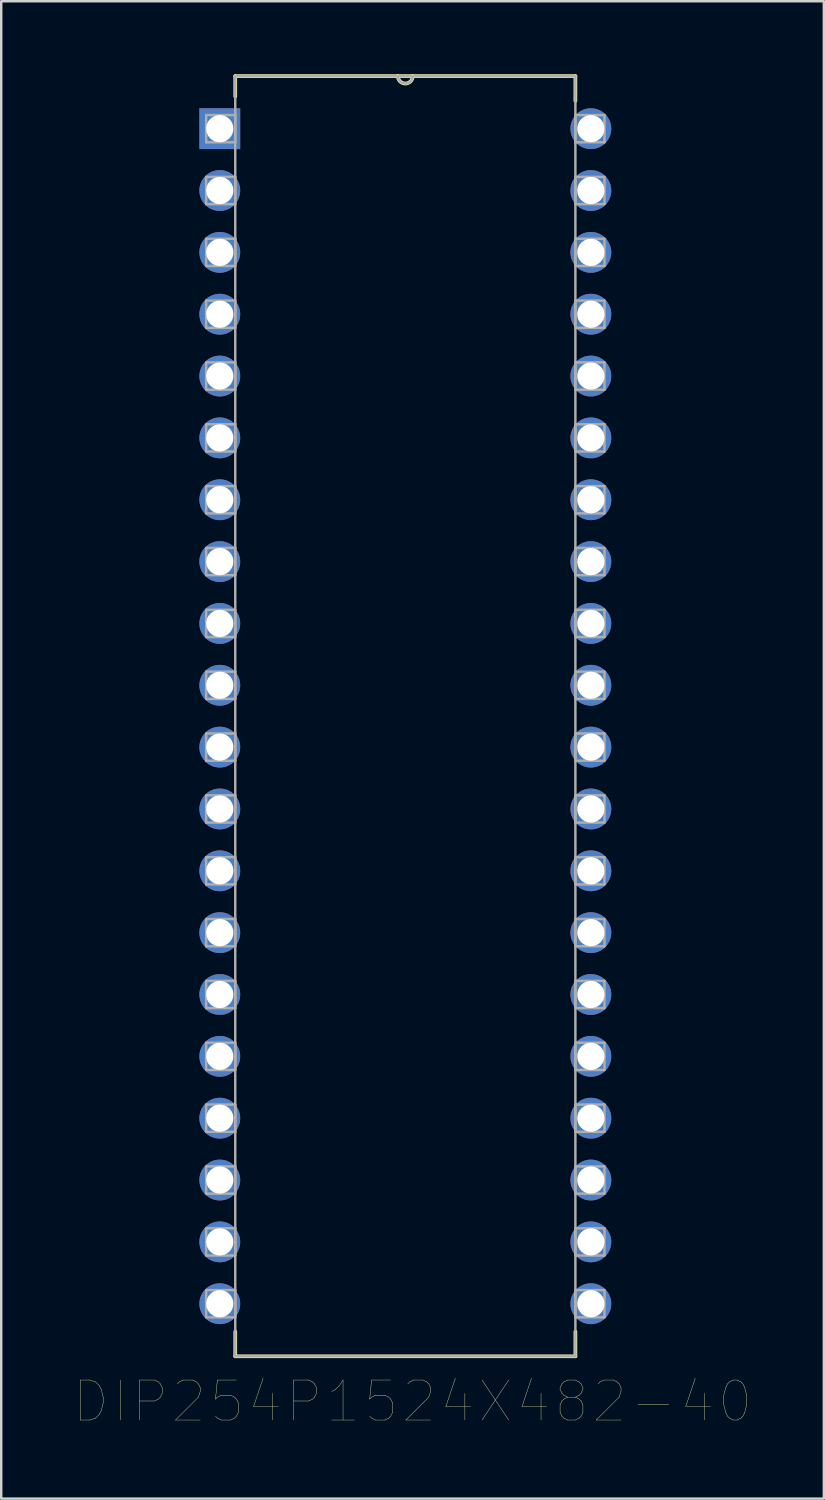
<source format=kicad_pcb>
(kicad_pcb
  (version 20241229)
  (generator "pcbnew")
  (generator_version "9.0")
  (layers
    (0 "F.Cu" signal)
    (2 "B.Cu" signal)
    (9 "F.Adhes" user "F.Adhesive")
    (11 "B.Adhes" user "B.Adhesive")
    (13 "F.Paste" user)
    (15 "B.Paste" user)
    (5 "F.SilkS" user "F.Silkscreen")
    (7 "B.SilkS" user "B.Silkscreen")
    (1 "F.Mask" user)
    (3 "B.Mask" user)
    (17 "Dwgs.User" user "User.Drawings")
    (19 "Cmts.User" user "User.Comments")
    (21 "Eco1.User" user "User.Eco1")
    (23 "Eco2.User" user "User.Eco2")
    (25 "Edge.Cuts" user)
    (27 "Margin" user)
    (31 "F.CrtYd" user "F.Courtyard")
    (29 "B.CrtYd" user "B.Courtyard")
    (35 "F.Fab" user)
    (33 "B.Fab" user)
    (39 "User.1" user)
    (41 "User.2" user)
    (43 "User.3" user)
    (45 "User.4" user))
  (footprint "DIP254P1524X482-40"
    (layer "F.Cu")
    (at 21.217 50.495)
    (property "Reference" "DIP254P1524X482-40" (at -7.324 4.018 0) (layer "F.SilkS") (effects (font (size 1.642 1.642) (thickness 0.015))))
    (attr through_hole)
    (fp_line (start -14.605 -50.419) (end -14.605 -49.581) (stroke (width 0.152) (type solid)) (layer "F.SilkS"))
    (fp_line (start -14.605 1.143) (end -14.605 2.159) (stroke (width 0.152) (type solid)) (layer "F.SilkS"))
    (fp_line (start -14.605 2.159) (end -0.635 2.159) (stroke (width 0.152) (type solid)) (layer "F.SilkS"))
    (fp_line (start -7.925 -50.419) (end -14.605 -50.419) (stroke (width 0.152) (type solid)) (layer "F.SilkS"))
    (fp_line (start -7.315 -50.419) (end -7.925 -50.419) (stroke (width 0.152) (type solid)) (layer "F.SilkS"))
    (fp_line (start -0.635 -50.419) (end -7.315 -50.419) (stroke (width 0.152) (type solid)) (layer "F.SilkS"))
    (fp_line (start -0.635 -49.403) (end -0.635 -50.419) (stroke (width 0.152) (type solid)) (layer "F.SilkS"))
    (fp_line (start -0.635 2.159) (end -0.635 1.143) (stroke (width 0.152) (type solid)) (layer "F.SilkS"))
    (fp_arc (start -7.3152 -50.419) (mid -7.62 -50.1142) (end -7.9248 -50.419) (stroke (width 0.1524) (type solid)) (layer "F.SilkS"))
    (fp_line (start -15.799 -48.819) (end -15.799 -47.701) (stroke (width 0.1) (type solid)) (layer "F.Fab"))
    (fp_line (start -15.799 -47.701) (end -14.605 -47.701) (stroke (width 0.1) (type solid)) (layer "F.Fab"))
    (fp_line (start -15.799 -46.279) (end -15.799 -45.161) (stroke (width 0.1) (type solid)) (layer "F.Fab"))
    (fp_line (start -15.799 -45.161) (end -14.605 -45.161) (stroke (width 0.1) (type solid)) (layer "F.Fab"))
    (fp_line (start -15.799 -43.739) (end -15.799 -42.621) (stroke (width 0.1) (type solid)) (layer "F.Fab"))
    (fp_line (start -15.799 -42.621) (end -14.605 -42.621) (stroke (width 0.1) (type solid)) (layer "F.Fab"))
    (fp_line (start -15.799 -41.199) (end -15.799 -40.081) (stroke (width 0.1) (type solid)) (layer "F.Fab"))
    (fp_line (start -15.799 -40.081) (end -14.605 -40.081) (stroke (width 0.1) (type solid)) (layer "F.Fab"))
    (fp_line (start -15.799 -38.659) (end -15.799 -37.541) (stroke (width 0.1) (type solid)) (layer "F.Fab"))
    (fp_line (start -15.799 -37.541) (end -14.605 -37.541) (stroke (width 0.1) (type solid)) (layer "F.Fab"))
    (fp_line (start -15.799 -36.119) (end -15.799 -35.001) (stroke (width 0.1) (type solid)) (layer "F.Fab"))
    (fp_line (start -15.799 -35.001) (end -14.605 -35.001) (stroke (width 0.1) (type solid)) (layer "F.Fab"))
    (fp_line (start -15.799 -33.579) (end -15.799 -32.461) (stroke (width 0.1) (type solid)) (layer "F.Fab"))
    (fp_line (start -15.799 -32.461) (end -14.605 -32.461) (stroke (width 0.1) (type solid)) (layer "F.Fab"))
    (fp_line (start -15.799 -31.039) (end -15.799 -29.921) (stroke (width 0.1) (type solid)) (layer "F.Fab"))
    (fp_line (start -15.799 -29.921) (end -14.605 -29.921) (stroke (width 0.1) (type solid)) (layer "F.Fab"))
    (fp_line (start -15.799 -28.499) (end -15.799 -27.381) (stroke (width 0.1) (type solid)) (layer "F.Fab"))
    (fp_line (start -15.799 -27.381) (end -14.605 -27.381) (stroke (width 0.1) (type solid)) (layer "F.Fab"))
    (fp_line (start -15.799 -25.959) (end -15.799 -24.841) (stroke (width 0.1) (type solid)) (layer "F.Fab"))
    (fp_line (start -15.799 -24.841) (end -14.605 -24.841) (stroke (width 0.1) (type solid)) (layer "F.Fab"))
    (fp_line (start -15.799 -23.419) (end -15.799 -22.301) (stroke (width 0.1) (type solid)) (layer "F.Fab"))
    (fp_line (start -15.799 -22.301) (end -14.605 -22.301) (stroke (width 0.1) (type solid)) (layer "F.Fab"))
    (fp_line (start -15.799 -20.879) (end -15.799 -19.761) (stroke (width 0.1) (type solid)) (layer "F.Fab"))
    (fp_line (start -15.799 -19.761) (end -14.605 -19.761) (stroke (width 0.1) (type solid)) (layer "F.Fab"))
    (fp_line (start -15.799 -18.339) (end -15.799 -17.221) (stroke (width 0.1) (type solid)) (layer "F.Fab"))
    (fp_line (start -15.799 -17.221) (end -14.605 -17.221) (stroke (width 0.1) (type solid)) (layer "F.Fab"))
    (fp_line (start -15.799 -15.799) (end -15.799 -14.681) (stroke (width 0.1) (type solid)) (layer "F.Fab"))
    (fp_line (start -15.799 -14.681) (end -14.605 -14.681) (stroke (width 0.1) (type solid)) (layer "F.Fab"))
    (fp_line (start -15.799 -13.259) (end -15.799 -12.141) (stroke (width 0.1) (type solid)) (layer "F.Fab"))
    (fp_line (start -15.799 -12.141) (end -14.605 -12.141) (stroke (width 0.1) (type solid)) (layer "F.Fab"))
    (fp_line (start -15.799 -10.719) (end -15.799 -9.601) (stroke (width 0.1) (type solid)) (layer "F.Fab"))
    (fp_line (start -15.799 -9.601) (end -14.605 -9.601) (stroke (width 0.1) (type solid)) (layer "F.Fab"))
    (fp_line (start -15.799 -8.179) (end -15.799 -7.061) (stroke (width 0.1) (type solid)) (layer "F.Fab"))
    (fp_line (start -15.799 -7.061) (end -14.605 -7.061) (stroke (width 0.1) (type solid)) (layer "F.Fab"))
    (fp_line (start -15.799 -5.639) (end -15.799 -4.521) (stroke (width 0.1) (type solid)) (layer "F.Fab"))
    (fp_line (start -15.799 -4.521) (end -14.605 -4.521) (stroke (width 0.1) (type solid)) (layer "F.Fab"))
    (fp_line (start -15.799 -3.099) (end -15.799 -1.981) (stroke (width 0.1) (type solid)) (layer "F.Fab"))
    (fp_line (start -15.799 -1.981) (end -14.605 -1.981) (stroke (width 0.1) (type solid)) (layer "F.Fab"))
    (fp_line (start -15.799 -0.559) (end -15.799 0.559) (stroke (width 0.1) (type solid)) (layer "F.Fab"))
    (fp_line (start -15.799 0.559) (end -14.605 0.559) (stroke (width 0.1) (type solid)) (layer "F.Fab"))
    (fp_line (start -14.605 -50.419) (end -14.605 2.159) (stroke (width 0.1) (type solid)) (layer "F.Fab"))
    (fp_line (start -14.605 -48.819) (end -15.799 -48.819) (stroke (width 0.1) (type solid)) (layer "F.Fab"))
    (fp_line (start -14.605 -47.701) (end -14.605 -48.819) (stroke (width 0.1) (type solid)) (layer "F.Fab"))
    (fp_line (start -14.605 -46.279) (end -15.799 -46.279) (stroke (width 0.1) (type solid)) (layer "F.Fab"))
    (fp_line (start -14.605 -45.161) (end -14.605 -46.279) (stroke (width 0.1) (type solid)) (layer "F.Fab"))
    (fp_line (start -14.605 -43.739) (end -15.799 -43.739) (stroke (width 0.1) (type solid)) (layer "F.Fab"))
    (fp_line (start -14.605 -42.621) (end -14.605 -43.739) (stroke (width 0.1) (type solid)) (layer "F.Fab"))
    (fp_line (start -14.605 -41.199) (end -15.799 -41.199) (stroke (width 0.1) (type solid)) (layer "F.Fab"))
    (fp_line (start -14.605 -40.081) (end -14.605 -41.199) (stroke (width 0.1) (type solid)) (layer "F.Fab"))
    (fp_line (start -14.605 -38.659) (end -15.799 -38.659) (stroke (width 0.1) (type solid)) (layer "F.Fab"))
    (fp_line (start -14.605 -37.541) (end -14.605 -38.659) (stroke (width 0.1) (type solid)) (layer "F.Fab"))
    (fp_line (start -14.605 -36.119) (end -15.799 -36.119) (stroke (width 0.1) (type solid)) (layer "F.Fab"))
    (fp_line (start -14.605 -35.001) (end -14.605 -36.119) (stroke (width 0.1) (type solid)) (layer "F.Fab"))
    (fp_line (start -14.605 -33.579) (end -15.799 -33.579) (stroke (width 0.1) (type solid)) (layer "F.Fab"))
    (fp_line (start -14.605 -32.461) (end -14.605 -33.579) (stroke (width 0.1) (type solid)) (layer "F.Fab"))
    (fp_line (start -14.605 -31.039) (end -15.799 -31.039) (stroke (width 0.1) (type solid)) (layer "F.Fab"))
    (fp_line (start -14.605 -29.921) (end -14.605 -31.039) (stroke (width 0.1) (type solid)) (layer "F.Fab"))
    (fp_line (start -14.605 -28.499) (end -15.799 -28.499) (stroke (width 0.1) (type solid)) (layer "F.Fab"))
    (fp_line (start -14.605 -27.381) (end -14.605 -28.499) (stroke (width 0.1) (type solid)) (layer "F.Fab"))
    (fp_line (start -14.605 -25.959) (end -15.799 -25.959) (stroke (width 0.1) (type solid)) (layer "F.Fab"))
    (fp_line (start -14.605 -24.841) (end -14.605 -25.959) (stroke (width 0.1) (type solid)) (layer "F.Fab"))
    (fp_line (start -14.605 -23.419) (end -15.799 -23.419) (stroke (width 0.1) (type solid)) (layer "F.Fab"))
    (fp_line (start -14.605 -22.301) (end -14.605 -23.419) (stroke (width 0.1) (type solid)) (layer "F.Fab"))
    (fp_line (start -14.605 -20.879) (end -15.799 -20.879) (stroke (width 0.1) (type solid)) (layer "F.Fab"))
    (fp_line (start -14.605 -19.761) (end -14.605 -20.879) (stroke (width 0.1) (type solid)) (layer "F.Fab"))
    (fp_line (start -14.605 -18.339) (end -15.799 -18.339) (stroke (width 0.1) (type solid)) (layer "F.Fab"))
    (fp_line (start -14.605 -17.221) (end -14.605 -18.339) (stroke (width 0.1) (type solid)) (layer "F.Fab"))
    (fp_line (start -14.605 -15.799) (end -15.799 -15.799) (stroke (width 0.1) (type solid)) (layer "F.Fab"))
    (fp_line (start -14.605 -14.681) (end -14.605 -15.799) (stroke (width 0.1) (type solid)) (layer "F.Fab"))
    (fp_line (start -14.605 -13.259) (end -15.799 -13.259) (stroke (width 0.1) (type solid)) (layer "F.Fab"))
    (fp_line (start -14.605 -12.141) (end -14.605 -13.259) (stroke (width 0.1) (type solid)) (layer "F.Fab"))
    (fp_line (start -14.605 -10.719) (end -15.799 -10.719) (stroke (width 0.1) (type solid)) (layer "F.Fab"))
    (fp_line (start -14.605 -9.601) (end -14.605 -10.719) (stroke (width 0.1) (type solid)) (layer "F.Fab"))
    (fp_line (start -14.605 -8.179) (end -15.799 -8.179) (stroke (width 0.1) (type solid)) (layer "F.Fab"))
    (fp_line (start -14.605 -7.061) (end -14.605 -8.179) (stroke (width 0.1) (type solid)) (layer "F.Fab"))
    (fp_line (start -14.605 -5.639) (end -15.799 -5.639) (stroke (width 0.1) (type solid)) (layer "F.Fab"))
    (fp_line (start -14.605 -4.521) (end -14.605 -5.639) (stroke (width 0.1) (type solid)) (layer "F.Fab"))
    (fp_line (start -14.605 -3.099) (end -15.799 -3.099) (stroke (width 0.1) (type solid)) (layer "F.Fab"))
    (fp_line (start -14.605 -1.981) (end -14.605 -3.099) (stroke (width 0.1) (type solid)) (layer "F.Fab"))
    (fp_line (start -14.605 -0.559) (end -15.799 -0.559) (stroke (width 0.1) (type solid)) (layer "F.Fab"))
    (fp_line (start -14.605 0.559) (end -14.605 -0.559) (stroke (width 0.1) (type solid)) (layer "F.Fab"))
    (fp_line (start -14.605 2.159) (end -0.635 2.159) (stroke (width 0.1) (type solid)) (layer "F.Fab"))
    (fp_line (start -7.925 -50.419) (end -14.605 -50.419) (stroke (width 0.1) (type solid)) (layer "F.Fab"))
    (fp_line (start -7.315 -50.419) (end -7.925 -50.419) (stroke (width 0.1) (type solid)) (layer "F.Fab"))
    (fp_line (start -0.635 -50.419) (end -7.315 -50.419) (stroke (width 0.1) (type solid)) (layer "F.Fab"))
    (fp_line (start -0.635 -48.819) (end -0.635 -47.701) (stroke (width 0.1) (type solid)) (layer "F.Fab"))
    (fp_line (start -0.635 -47.701) (end 0.559 -47.701) (stroke (width 0.1) (type solid)) (layer "F.Fab"))
    (fp_line (start -0.635 -46.279) (end -0.635 -45.161) (stroke (width 0.1) (type solid)) (layer "F.Fab"))
    (fp_line (start -0.635 -45.161) (end 0.559 -45.161) (stroke (width 0.1) (type solid)) (layer "F.Fab"))
    (fp_line (start -0.635 -43.739) (end -0.635 -42.621) (stroke (width 0.1) (type solid)) (layer "F.Fab"))
    (fp_line (start -0.635 -42.621) (end 0.559 -42.621) (stroke (width 0.1) (type solid)) (layer "F.Fab"))
    (fp_line (start -0.635 -41.199) (end -0.635 -40.081) (stroke (width 0.1) (type solid)) (layer "F.Fab"))
    (fp_line (start -0.635 -40.081) (end 0.559 -40.081) (stroke (width 0.1) (type solid)) (layer "F.Fab"))
    (fp_line (start -0.635 -38.659) (end -0.635 -37.541) (stroke (width 0.1) (type solid)) (layer "F.Fab"))
    (fp_line (start -0.635 -37.541) (end 0.559 -37.541) (stroke (width 0.1) (type solid)) (layer "F.Fab"))
    (fp_line (start -0.635 -36.119) (end -0.635 -35.001) (stroke (width 0.1) (type solid)) (layer "F.Fab"))
    (fp_line (start -0.635 -35.001) (end 0.559 -35.001) (stroke (width 0.1) (type solid)) (layer "F.Fab"))
    (fp_line (start -0.635 -33.579) (end -0.635 -32.461) (stroke (width 0.1) (type solid)) (layer "F.Fab"))
    (fp_line (start -0.635 -32.461) (end 0.559 -32.461) (stroke (width 0.1) (type solid)) (layer "F.Fab"))
    (fp_line (start -0.635 -31.039) (end -0.635 -29.921) (stroke (width 0.1) (type solid)) (layer "F.Fab"))
    (fp_line (start -0.635 -29.921) (end 0.559 -29.921) (stroke (width 0.1) (type solid)) (layer "F.Fab"))
    (fp_line (start -0.635 -28.499) (end -0.635 -27.381) (stroke (width 0.1) (type solid)) (layer "F.Fab"))
    (fp_line (start -0.635 -27.381) (end 0.559 -27.381) (stroke (width 0.1) (type solid)) (layer "F.Fab"))
    (fp_line (start -0.635 -25.959) (end -0.635 -24.841) (stroke (width 0.1) (type solid)) (layer "F.Fab"))
    (fp_line (start -0.635 -24.841) (end 0.559 -24.841) (stroke (width 0.1) (type solid)) (layer "F.Fab"))
    (fp_line (start -0.635 -23.419) (end -0.635 -22.301) (stroke (width 0.1) (type solid)) (layer "F.Fab"))
    (fp_line (start -0.635 -22.301) (end 0.559 -22.301) (stroke (width 0.1) (type solid)) (layer "F.Fab"))
    (fp_line (start -0.635 -20.879) (end -0.635 -19.761) (stroke (width 0.1) (type solid)) (layer "F.Fab"))
    (fp_line (start -0.635 -19.761) (end 0.559 -19.761) (stroke (width 0.1) (type solid)) (layer "F.Fab"))
    (fp_line (start -0.635 -18.339) (end -0.635 -17.221) (stroke (width 0.1) (type solid)) (layer "F.Fab"))
    (fp_line (start -0.635 -17.221) (end 0.559 -17.221) (stroke (width 0.1) (type solid)) (layer "F.Fab"))
    (fp_line (start -0.635 -15.799) (end -0.635 -14.681) (stroke (width 0.1) (type solid)) (layer "F.Fab"))
    (fp_line (start -0.635 -14.681) (end 0.559 -14.681) (stroke (width 0.1) (type solid)) (layer "F.Fab"))
    (fp_line (start -0.635 -13.259) (end -0.635 -12.141) (stroke (width 0.1) (type solid)) (layer "F.Fab"))
    (fp_line (start -0.635 -12.141) (end 0.559 -12.141) (stroke (width 0.1) (type solid)) (layer "F.Fab"))
    (fp_line (start -0.635 -10.719) (end -0.635 -9.601) (stroke (width 0.1) (type solid)) (layer "F.Fab"))
    (fp_line (start -0.635 -9.601) (end 0.559 -9.601) (stroke (width 0.1) (type solid)) (layer "F.Fab"))
    (fp_line (start -0.635 -8.179) (end -0.635 -7.061) (stroke (width 0.1) (type solid)) (layer "F.Fab"))
    (fp_line (start -0.635 -7.061) (end 0.559 -7.061) (stroke (width 0.1) (type solid)) (layer "F.Fab"))
    (fp_line (start -0.635 -5.639) (end -0.635 -4.521) (stroke (width 0.1) (type solid)) (layer "F.Fab"))
    (fp_line (start -0.635 -4.521) (end 0.559 -4.521) (stroke (width 0.1) (type solid)) (layer "F.Fab"))
    (fp_line (start -0.635 -3.099) (end -0.635 -1.981) (stroke (width 0.1) (type solid)) (layer "F.Fab"))
    (fp_line (start -0.635 -1.981) (end 0.559 -1.981) (stroke (width 0.1) (type solid)) (layer "F.Fab"))
    (fp_line (start -0.635 -0.559) (end -0.635 0.559) (stroke (width 0.1) (type solid)) (layer "F.Fab"))
    (fp_line (start -0.635 0.559) (end 0.559 0.559) (stroke (width 0.1) (type solid)) (layer "F.Fab"))
    (fp_line (start -0.635 2.159) (end -0.635 -50.419) (stroke (width 0.1) (type solid)) (layer "F.Fab"))
    (fp_line (start 0.559 -48.819) (end -0.635 -48.819) (stroke (width 0.1) (type solid)) (layer "F.Fab"))
    (fp_line (start 0.559 -47.701) (end 0.559 -48.819) (stroke (width 0.1) (type solid)) (layer "F.Fab"))
    (fp_line (start 0.559 -46.279) (end -0.635 -46.279) (stroke (width 0.1) (type solid)) (layer "F.Fab"))
    (fp_line (start 0.559 -45.161) (end 0.559 -46.279) (stroke (width 0.1) (type solid)) (layer "F.Fab"))
    (fp_line (start 0.559 -43.739) (end -0.635 -43.739) (stroke (width 0.1) (type solid)) (layer "F.Fab"))
    (fp_line (start 0.559 -42.621) (end 0.559 -43.739) (stroke (width 0.1) (type solid)) (layer "F.Fab"))
    (fp_line (start 0.559 -41.199) (end -0.635 -41.199) (stroke (width 0.1) (type solid)) (layer "F.Fab"))
    (fp_line (start 0.559 -40.081) (end 0.559 -41.199) (stroke (width 0.1) (type solid)) (layer "F.Fab"))
    (fp_line (start 0.559 -38.659) (end -0.635 -38.659) (stroke (width 0.1) (type solid)) (layer "F.Fab"))
    (fp_line (start 0.559 -37.541) (end 0.559 -38.659) (stroke (width 0.1) (type solid)) (layer "F.Fab"))
    (fp_line (start 0.559 -36.119) (end -0.635 -36.119) (stroke (width 0.1) (type solid)) (layer "F.Fab"))
    (fp_line (start 0.559 -35.001) (end 0.559 -36.119) (stroke (width 0.1) (type solid)) (layer "F.Fab"))
    (fp_line (start 0.559 -33.579) (end -0.635 -33.579) (stroke (width 0.1) (type solid)) (layer "F.Fab"))
    (fp_line (start 0.559 -32.461) (end 0.559 -33.579) (stroke (width 0.1) (type solid)) (layer "F.Fab"))
    (fp_line (start 0.559 -31.039) (end -0.635 -31.039) (stroke (width 0.1) (type solid)) (layer "F.Fab"))
    (fp_line (start 0.559 -29.921) (end 0.559 -31.039) (stroke (width 0.1) (type solid)) (layer "F.Fab"))
    (fp_line (start 0.559 -28.499) (end -0.635 -28.499) (stroke (width 0.1) (type solid)) (layer "F.Fab"))
    (fp_line (start 0.559 -27.381) (end 0.559 -28.499) (stroke (width 0.1) (type solid)) (layer "F.Fab"))
    (fp_line (start 0.559 -25.959) (end -0.635 -25.959) (stroke (width 0.1) (type solid)) (layer "F.Fab"))
    (fp_line (start 0.559 -24.841) (end 0.559 -25.959) (stroke (width 0.1) (type solid)) (layer "F.Fab"))
    (fp_line (start 0.559 -23.419) (end -0.635 -23.419) (stroke (width 0.1) (type solid)) (layer "F.Fab"))
    (fp_line (start 0.559 -22.301) (end 0.559 -23.419) (stroke (width 0.1) (type solid)) (layer "F.Fab"))
    (fp_line (start 0.559 -20.879) (end -0.635 -20.879) (stroke (width 0.1) (type solid)) (layer "F.Fab"))
    (fp_line (start 0.559 -19.761) (end 0.559 -20.879) (stroke (width 0.1) (type solid)) (layer "F.Fab"))
    (fp_line (start 0.559 -18.339) (end -0.635 -18.339) (stroke (width 0.1) (type solid)) (layer "F.Fab"))
    (fp_line (start 0.559 -17.221) (end 0.559 -18.339) (stroke (width 0.1) (type solid)) (layer "F.Fab"))
    (fp_line (start 0.559 -15.799) (end -0.635 -15.799) (stroke (width 0.1) (type solid)) (layer "F.Fab"))
    (fp_line (start 0.559 -14.681) (end 0.559 -15.799) (stroke (width 0.1) (type solid)) (layer "F.Fab"))
    (fp_line (start 0.559 -13.259) (end -0.635 -13.259) (stroke (width 0.1) (type solid)) (layer "F.Fab"))
    (fp_line (start 0.559 -12.141) (end 0.559 -13.259) (stroke (width 0.1) (type solid)) (layer "F.Fab"))
    (fp_line (start 0.559 -10.719) (end -0.635 -10.719) (stroke (width 0.1) (type solid)) (layer "F.Fab"))
    (fp_line (start 0.559 -9.601) (end 0.559 -10.719) (stroke (width 0.1) (type solid)) (layer "F.Fab"))
    (fp_line (start 0.559 -8.179) (end -0.635 -8.179) (stroke (width 0.1) (type solid)) (layer "F.Fab"))
    (fp_line (start 0.559 -7.061) (end 0.559 -8.179) (stroke (width 0.1) (type solid)) (layer "F.Fab"))
    (fp_line (start 0.559 -5.639) (end -0.635 -5.639) (stroke (width 0.1) (type solid)) (layer "F.Fab"))
    (fp_line (start 0.559 -4.521) (end 0.559 -5.639) (stroke (width 0.1) (type solid)) (layer "F.Fab"))
    (fp_line (start 0.559 -3.099) (end -0.635 -3.099) (stroke (width 0.1) (type solid)) (layer "F.Fab"))
    (fp_line (start 0.559 -1.981) (end 0.559 -3.099) (stroke (width 0.1) (type solid)) (layer "F.Fab"))
    (fp_line (start 0.559 -0.559) (end -0.635 -0.559) (stroke (width 0.1) (type solid)) (layer "F.Fab"))
    (fp_line (start 0.559 0.559) (end 0.559 -0.559) (stroke (width 0.1) (type solid)) (layer "F.Fab"))
    (fp_arc (start -7.3152 -50.419) (mid -7.62 -50.1142) (end -7.9248 -50.419) (stroke (width 0.1) (type solid)) (layer "F.Fab"))
    (pad "1" thru_hole rect (at -15.24 -48.26) (size 1.676 1.676) (drill 1.118) (layers "*.Cu" "*.Mask"))
    (pad "2" thru_hole circle (at -15.24 -45.72) (size 1.676 1.676) (drill 1.118) (layers "*.Cu" "*.Mask"))
    (pad "3" thru_hole circle (at -15.24 -43.18) (size 1.676 1.676) (drill 1.118) (layers "*.Cu" "*.Mask"))
    (pad "4" thru_hole circle (at -15.24 -40.64) (size 1.676 1.676) (drill 1.118) (layers "*.Cu" "*.Mask"))
    (pad "5" thru_hole circle (at -15.24 -38.1) (size 1.676 1.676) (drill 1.118) (layers "*.Cu" "*.Mask"))
    (pad "6" thru_hole circle (at -15.24 -35.56) (size 1.676 1.676) (drill 1.118) (layers "*.Cu" "*.Mask"))
    (pad "7" thru_hole circle (at -15.24 -33.02) (size 1.676 1.676) (drill 1.118) (layers "*.Cu" "*.Mask"))
    (pad "8" thru_hole circle (at -15.24 -30.48) (size 1.676 1.676) (drill 1.118) (layers "*.Cu" "*.Mask"))
    (pad "9" thru_hole circle (at -15.24 -27.94) (size 1.676 1.676) (drill 1.118) (layers "*.Cu" "*.Mask"))
    (pad "10" thru_hole circle (at -15.24 -25.4) (size 1.676 1.676) (drill 1.118) (layers "*.Cu" "*.Mask"))
    (pad "11" thru_hole circle (at -15.24 -22.86) (size 1.676 1.676) (drill 1.118) (layers "*.Cu" "*.Mask"))
    (pad "12" thru_hole circle (at -15.24 -20.32) (size 1.676 1.676) (drill 1.118) (layers "*.Cu" "*.Mask"))
    (pad "13" thru_hole circle (at -15.24 -17.78) (size 1.676 1.676) (drill 1.118) (layers "*.Cu" "*.Mask"))
    (pad "14" thru_hole circle (at -15.24 -15.24) (size 1.676 1.676) (drill 1.118) (layers "*.Cu" "*.Mask"))
    (pad "15" thru_hole circle (at -15.24 -12.7) (size 1.676 1.676) (drill 1.118) (layers "*.Cu" "*.Mask"))
    (pad "16" thru_hole circle (at -15.24 -10.16) (size 1.676 1.676) (drill 1.118) (layers "*.Cu" "*.Mask"))
    (pad "17" thru_hole circle (at -15.24 -7.62) (size 1.676 1.676) (drill 1.118) (layers "*.Cu" "*.Mask"))
    (pad "18" thru_hole circle (at -15.24 -5.08) (size 1.676 1.676) (drill 1.118) (layers "*.Cu" "*.Mask"))
    (pad "19" thru_hole circle (at -15.24 -2.54) (size 1.676 1.676) (drill 1.118) (layers "*.Cu" "*.Mask"))
    (pad "20" thru_hole circle (at -15.24 0) (size 1.676 1.676) (drill 1.118) (layers "*.Cu" "*.Mask"))
    (pad "21" thru_hole circle (at 0 0) (size 1.676 1.676) (drill 1.118) (layers "*.Cu" "*.Mask"))
    (pad "22" thru_hole circle (at 0 -2.54) (size 1.676 1.676) (drill 1.118) (layers "*.Cu" "*.Mask"))
    (pad "23" thru_hole circle (at 0 -5.08) (size 1.676 1.676) (drill 1.118) (layers "*.Cu" "*.Mask"))
    (pad "24" thru_hole circle (at 0 -7.62) (size 1.676 1.676) (drill 1.118) (layers "*.Cu" "*.Mask"))
    (pad "25" thru_hole circle (at 0 -10.16) (size 1.676 1.676) (drill 1.118) (layers "*.Cu" "*.Mask"))
    (pad "26" thru_hole circle (at 0 -12.7) (size 1.676 1.676) (drill 1.118) (layers "*.Cu" "*.Mask"))
    (pad "27" thru_hole circle (at 0 -15.24) (size 1.676 1.676) (drill 1.118) (layers "*.Cu" "*.Mask"))
    (pad "28" thru_hole circle (at 0 -17.78) (size 1.676 1.676) (drill 1.118) (layers "*.Cu" "*.Mask"))
    (pad "29" thru_hole circle (at 0 -20.32) (size 1.676 1.676) (drill 1.118) (layers "*.Cu" "*.Mask"))
    (pad "30" thru_hole circle (at 0 -22.86) (size 1.676 1.676) (drill 1.118) (layers "*.Cu" "*.Mask"))
    (pad "31" thru_hole circle (at 0 -25.4) (size 1.676 1.676) (drill 1.118) (layers "*.Cu" "*.Mask"))
    (pad "32" thru_hole circle (at 0 -27.94) (size 1.676 1.676) (drill 1.118) (layers "*.Cu" "*.Mask"))
    (pad "33" thru_hole circle (at 0 -30.48) (size 1.676 1.676) (drill 1.118) (layers "*.Cu" "*.Mask"))
    (pad "34" thru_hole circle (at 0 -33.02) (size 1.676 1.676) (drill 1.118) (layers "*.Cu" "*.Mask"))
    (pad "35" thru_hole circle (at 0 -35.56) (size 1.676 1.676) (drill 1.118) (layers "*.Cu" "*.Mask"))
    (pad "36" thru_hole circle (at 0 -38.1) (size 1.676 1.676) (drill 1.118) (layers "*.Cu" "*.Mask"))
    (pad "37" thru_hole circle (at 0 -40.64) (size 1.676 1.676) (drill 1.118) (layers "*.Cu" "*.Mask"))
    (pad "38" thru_hole circle (at 0 -43.18) (size 1.676 1.676) (drill 1.118) (layers "*.Cu" "*.Mask"))
    (pad "39" thru_hole circle (at 0 -45.72) (size 1.676 1.676) (drill 1.118) (layers "*.Cu" "*.Mask"))
    (pad "40" thru_hole circle (at 0 -48.26) (size 1.676 1.676) (drill 1.118) (layers "*.Cu" "*.Mask")))
  (gr_rect
    (start -3 -3)
    (end 30.786 58.5)
    (stroke (width 0.1) (type default))
    (fill no)
    (layer "Edge.Cuts")))
</source>
